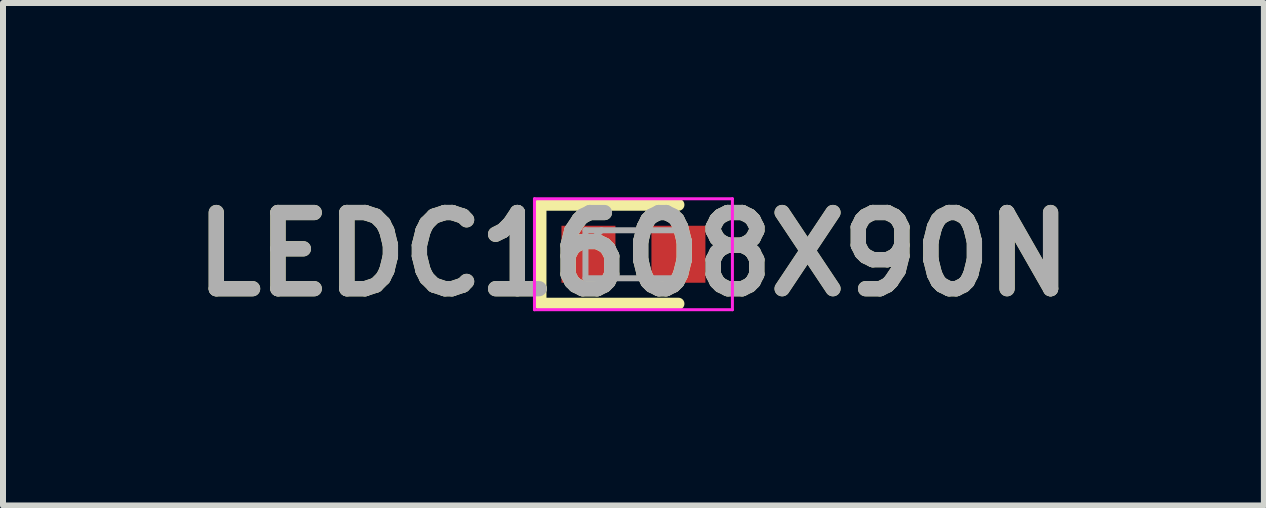
<source format=kicad_pcb>
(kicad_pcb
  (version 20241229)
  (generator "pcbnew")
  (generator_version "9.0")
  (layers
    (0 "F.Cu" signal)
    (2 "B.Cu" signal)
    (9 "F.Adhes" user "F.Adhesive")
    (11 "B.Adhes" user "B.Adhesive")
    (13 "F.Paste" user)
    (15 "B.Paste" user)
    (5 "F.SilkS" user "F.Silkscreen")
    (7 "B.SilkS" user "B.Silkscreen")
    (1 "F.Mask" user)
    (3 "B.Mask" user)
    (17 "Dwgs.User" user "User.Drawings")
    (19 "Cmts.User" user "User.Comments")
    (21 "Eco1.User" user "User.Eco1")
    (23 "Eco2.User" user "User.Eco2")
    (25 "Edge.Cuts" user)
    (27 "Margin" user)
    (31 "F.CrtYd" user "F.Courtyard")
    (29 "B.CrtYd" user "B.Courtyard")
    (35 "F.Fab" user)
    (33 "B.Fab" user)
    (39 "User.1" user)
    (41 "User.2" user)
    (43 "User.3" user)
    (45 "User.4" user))
  (footprint "LEDC1608X90N"
    (layer "F.Cu")
    (at 7.511 1.189)
    (property "Reference" "LEDC1608X90N" (at 0 0 0) (layer "F.SilkS") (effects (font (size 1.27 1.27) (thickness 0.254))))
    (attr smd)
    (fp_line (start -1.55 -0.825) (end -1.55 0.825) (stroke (width 0.2) (type solid)) (layer "F.SilkS"))
    (fp_line (start -1.55 0.825) (end 0.75 0.825) (stroke (width 0.2) (type solid)) (layer "F.SilkS"))
    (fp_line (start 0.75 -0.825) (end -1.55 -0.825) (stroke (width 0.2) (type solid)) (layer "F.SilkS"))
    (fp_line (start -1.65 -0.925) (end 1.65 -0.925) (stroke (width 0.05) (type solid)) (layer "F.CrtYd"))
    (fp_line (start -1.65 0.925) (end -1.65 -0.925) (stroke (width 0.05) (type solid)) (layer "F.CrtYd"))
    (fp_line (start 1.65 -0.925) (end 1.65 0.925) (stroke (width 0.05) (type solid)) (layer "F.CrtYd"))
    (fp_line (start 1.65 0.925) (end -1.65 0.925) (stroke (width 0.05) (type solid)) (layer "F.CrtYd"))
    (fp_line (start -0.8 -0.4) (end 0.8 -0.4) (stroke (width 0.1) (type solid)) (layer "F.Fab"))
    (fp_line (start -0.8 -0.133) (end -0.533 -0.4) (stroke (width 0.1) (type solid)) (layer "F.Fab"))
    (fp_line (start -0.8 0.4) (end -0.8 -0.4) (stroke (width 0.1) (type solid)) (layer "F.Fab"))
    (fp_line (start 0.8 -0.4) (end 0.8 0.4) (stroke (width 0.1) (type solid)) (layer "F.Fab"))
    (fp_line (start 0.8 0.4) (end -0.8 0.4) (stroke (width 0.1) (type solid)) (layer "F.Fab"))
    (fp_text user "${REFERENCE}" (at 0 0 0) (layer "F.Fab") (effects (font (size 1.27 1.27) (thickness 0.254))))
    (pad "1" smd rect (at -0.75 0) (size 0.9 0.95) (layers "F.Cu" "F.Mask" "F.Paste"))
    (pad "2" smd rect (at 0.75 0) (size 0.9 0.95) (layers "F.Cu" "F.Mask" "F.Paste")))
  (gr_rect
    (start -3 -3)
    (end 18.022 5.377)
    (stroke (width 0.1) (type default))
    (fill no)
    (layer "Edge.Cuts")))
</source>
